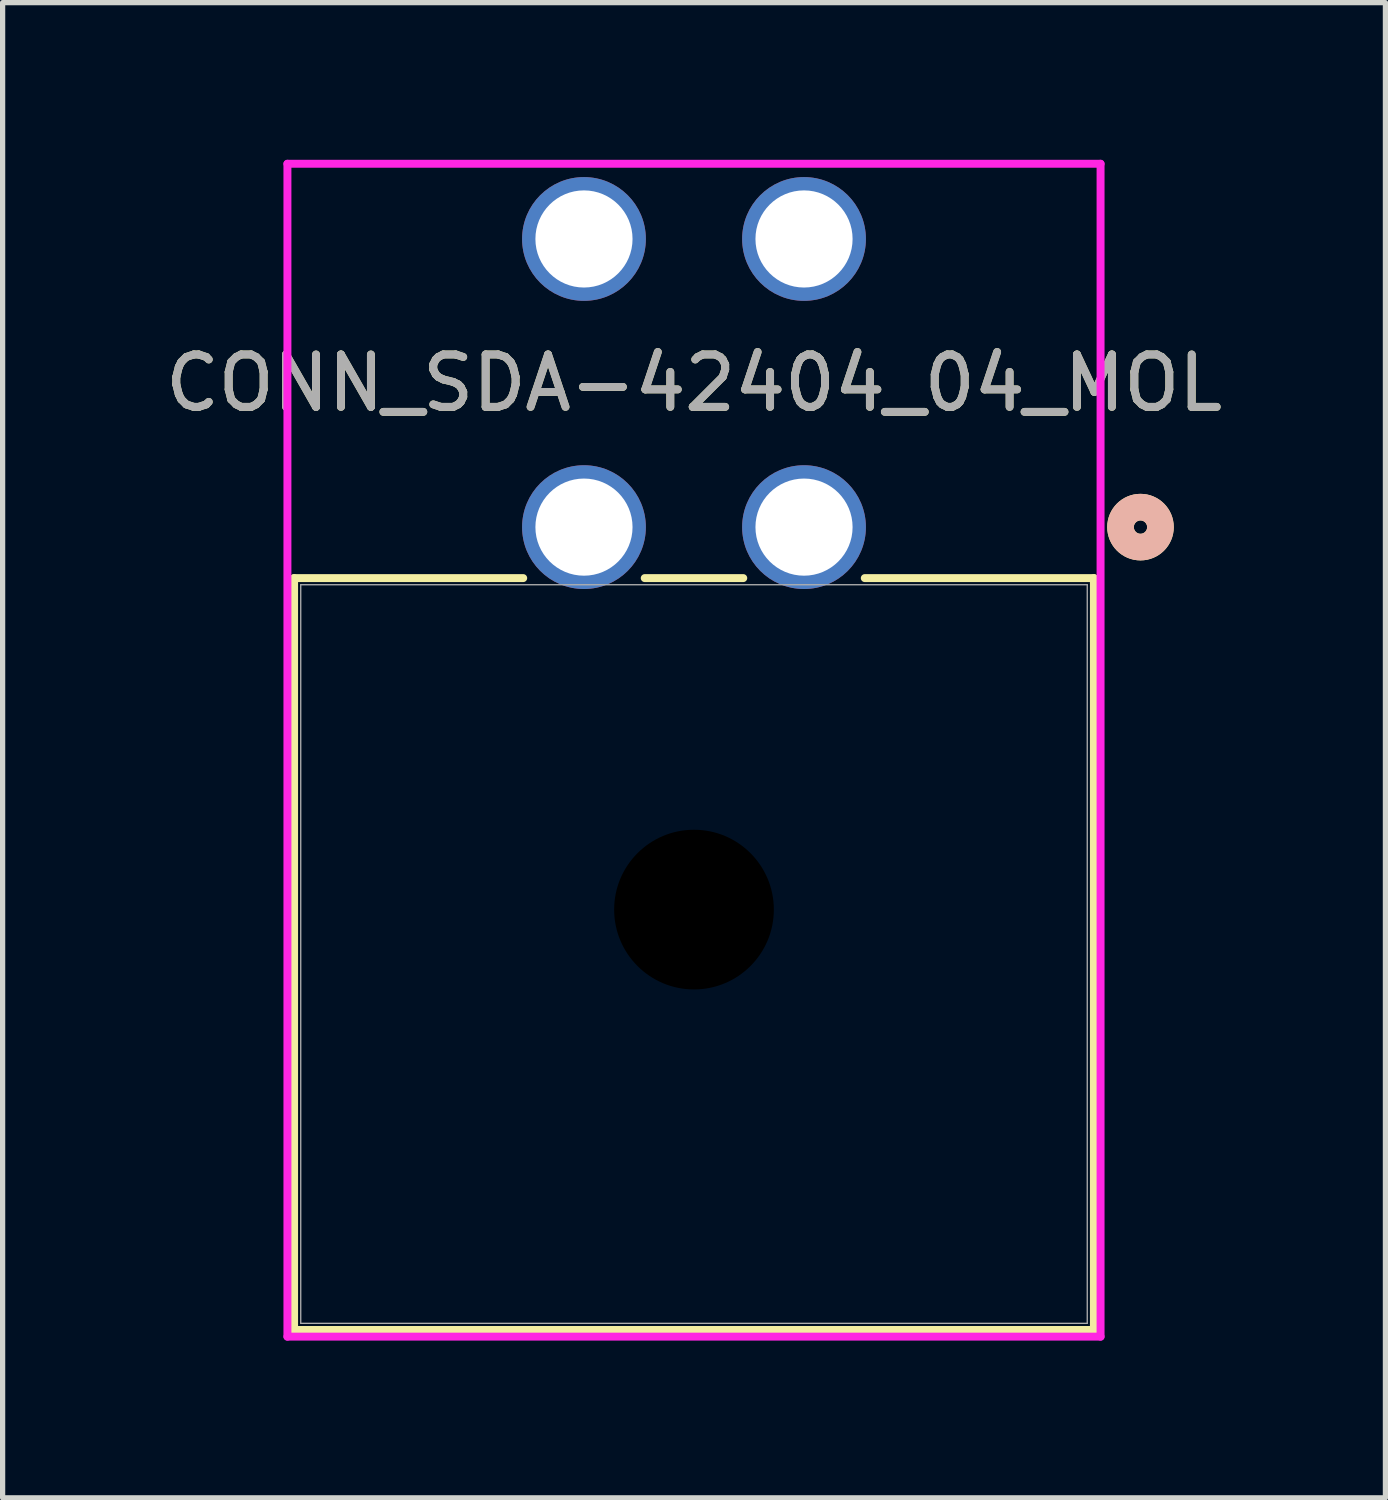
<source format=kicad_pcb>
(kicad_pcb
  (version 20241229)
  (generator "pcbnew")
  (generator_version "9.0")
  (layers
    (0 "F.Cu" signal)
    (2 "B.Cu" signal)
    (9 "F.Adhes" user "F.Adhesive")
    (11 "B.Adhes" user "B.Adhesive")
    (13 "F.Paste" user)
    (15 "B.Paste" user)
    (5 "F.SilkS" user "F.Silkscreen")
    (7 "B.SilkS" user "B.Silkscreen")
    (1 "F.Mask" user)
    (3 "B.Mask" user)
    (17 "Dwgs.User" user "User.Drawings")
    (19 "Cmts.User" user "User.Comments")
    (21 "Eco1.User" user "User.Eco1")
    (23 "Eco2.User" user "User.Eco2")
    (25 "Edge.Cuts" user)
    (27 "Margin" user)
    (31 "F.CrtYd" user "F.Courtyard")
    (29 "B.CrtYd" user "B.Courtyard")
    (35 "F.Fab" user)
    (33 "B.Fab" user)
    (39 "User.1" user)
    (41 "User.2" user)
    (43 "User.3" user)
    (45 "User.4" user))
  (footprint "CONN_SDA-42404_04_MOL"
    (layer "F.Cu")
    (at 12.296 7.011)
    (property "Reference" "CONN_SDA-42404_04_MOL" (at -2.1 -2.75 0) (unlocked yes) (layer "F.SilkS") (effects (font (size 1 1) (thickness 0.15))))
    (attr through_hole)
    (fp_line (start -9.733 0.973) (end -9.733 15.324) (stroke (width 0.152) (type solid)) (layer "F.SilkS"))
    (fp_line (start -9.733 15.324) (end 5.533 15.324) (stroke (width 0.152) (type solid)) (layer "F.SilkS"))
    (fp_line (start -5.36 0.973) (end -9.733 0.973) (stroke (width 0.152) (type solid)) (layer "F.SilkS"))
    (fp_line (start -1.16 0.973) (end -3.04 0.973) (stroke (width 0.152) (type solid)) (layer "F.SilkS"))
    (fp_line (start 5.533 0.973) (end 1.16 0.973) (stroke (width 0.152) (type solid)) (layer "F.SilkS"))
    (fp_line (start 5.533 15.324) (end 5.533 0.973) (stroke (width 0.152) (type solid)) (layer "F.SilkS"))
    (fp_circle (center 6.422 0) (end 6.803 0) (stroke (width 0.508) (type solid)) (fill no) (layer "F.SilkS"))
    (fp_circle (center 6.422 0) (end 6.803 0) (stroke (width 0.508) (type solid)) (fill no) (layer "B.SilkS"))
    (fp_line (start -9.86 -6.935) (end -9.86 15.451) (stroke (width 0.152) (type solid)) (layer "F.CrtYd"))
    (fp_line (start -9.86 15.451) (end 5.66 15.451) (stroke (width 0.152) (type solid)) (layer "F.CrtYd"))
    (fp_line (start 5.66 -6.935) (end -9.86 -6.935) (stroke (width 0.152) (type solid)) (layer "F.CrtYd"))
    (fp_line (start 5.66 15.451) (end 5.66 -6.935) (stroke (width 0.152) (type solid)) (layer "F.CrtYd"))
    (fp_line (start -9.606 1.1) (end -9.606 15.197) (stroke (width 0.025) (type solid)) (layer "F.Fab"))
    (fp_line (start -9.606 15.197) (end 5.406 15.197) (stroke (width 0.025) (type solid)) (layer "F.Fab"))
    (fp_line (start 5.406 1.1) (end -9.606 1.1) (stroke (width 0.025) (type solid)) (layer "F.Fab"))
    (fp_line (start 5.406 15.197) (end 5.406 1.1) (stroke (width 0.025) (type solid)) (layer "F.Fab"))
    (fp_circle (center 0 0) (end 0.381 0) (stroke (width 0.508) (type solid)) (fill no) (layer "F.Fab"))
    (fp_text user "${REFERENCE}" (at -2.1 -2.75 0) (unlocked yes) (layer "F.Fab") (effects (font (size 1 1) (thickness 0.15))))
    (pad "" np_thru_hole circle (at -2.1 7.3) (size 3.048 3.048) (drill 3.048) (layers))
    (pad "1" thru_hole circle (at 0 0) (size 2.362 2.362) (drill 1.854) (layers "*.Cu" "*.Mask"))
    (pad "2" thru_hole circle (at -4.2 0) (size 2.362 2.362) (drill 1.854) (layers "*.Cu" "*.Mask"))
    (pad "3" thru_hole circle (at 0 -5.5) (size 2.362 2.362) (drill 1.854) (layers "*.Cu" "*.Mask"))
    (pad "4" thru_hole circle (at -4.2 -5.5) (size 2.362 2.362) (drill 1.854) (layers "*.Cu" "*.Mask")))
  (gr_rect
    (start -3 -3)
    (end 23.393 25.538)
    (stroke (width 0.1) (type default))
    (fill no)
    (layer "Edge.Cuts")))
</source>
